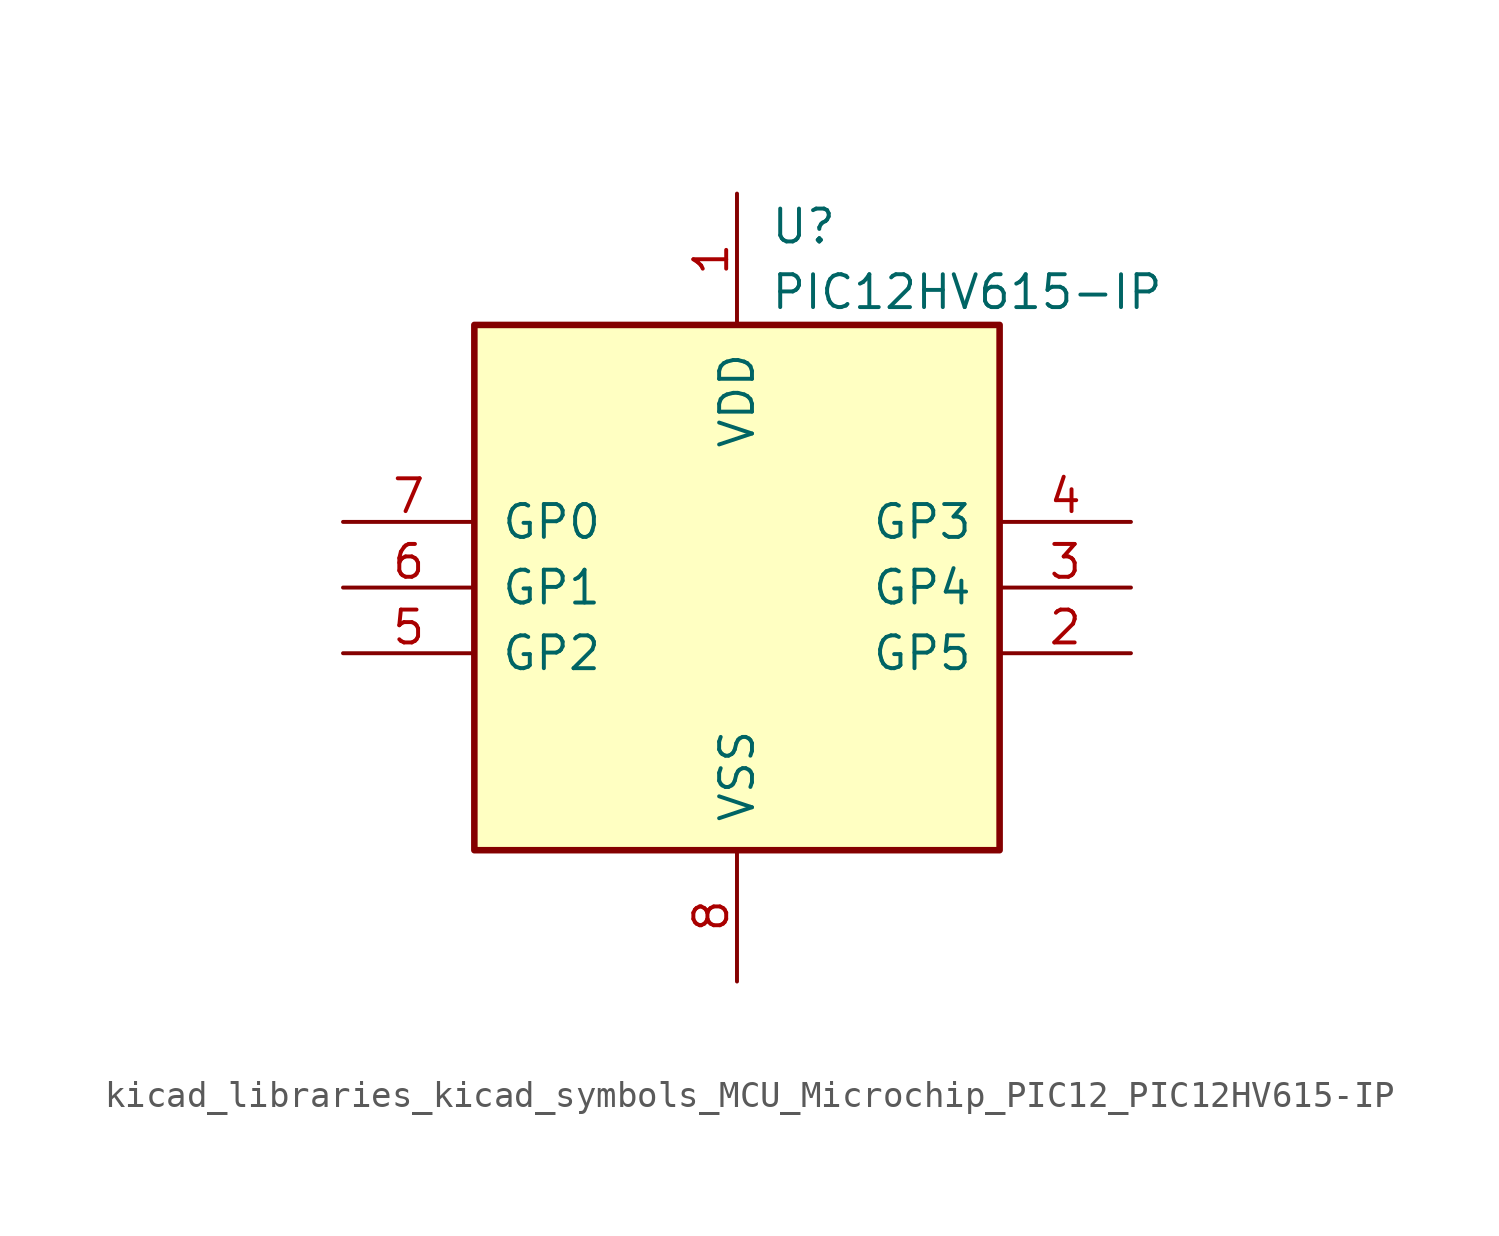
<source format=kicad_sym>
(kicad_symbol_lib
  (version 20220914)
  (generator kicad_symbol_editor)
  (symbol "kicad_libraries_kicad_symbols_MCU_Microchip_PIC12_PIC12HV615-IP"
    (pin_names
      (offset 1.016))
    (property "Reference" "U"
      (at 1.27 13.97 0)
      (effects (font (size 1.27 1.27)) (justify left)))
    (property "Value" "PIC12HV615-IP"
      (at 1.27 11.43 0)
      (effects (font (size 1.27 1.27)) (justify left)))
    (symbol "kicad_libraries_kicad_symbols_MCU_Microchip_PIC12_PIC12HV615-IP_0_1"
      (rectangle (start 10.16 -10.16) (end -10.16 10.16) (stroke (width 0.254) (type default)) (fill (type background))))
    (symbol "kicad_libraries_kicad_symbols_MCU_Microchip_PIC12_PIC12HV615-IP_1_1"
      (pin power_in line (at 0 15.24 270) (length 5.08) (name "VDD" (effects (font (size 1.27 1.27)))) (number "1" (effects (font (size 1.27 1.27)))))
      (pin bidirectional line (at 15.24 -2.54 180) (length 5.08) (name "GP5" (effects (font (size 1.27 1.27)))) (number "2" (effects (font (size 1.27 1.27)))))
      (pin bidirectional line (at 15.24 0 180) (length 5.08) (name "GP4" (effects (font (size 1.27 1.27)))) (number "3" (effects (font (size 1.27 1.27)))))
      (pin input line (at 15.24 2.54 180) (length 5.08) (name "GP3" (effects (font (size 1.27 1.27)))) (number "4" (effects (font (size 1.27 1.27)))))
      (pin bidirectional line (at -15.24 -2.54 0) (length 5.08) (name "GP2" (effects (font (size 1.27 1.27)))) (number "5" (effects (font (size 1.27 1.27)))))
      (pin bidirectional line (at -15.24 0 0) (length 5.08) (name "GP1" (effects (font (size 1.27 1.27)))) (number "6" (effects (font (size 1.27 1.27)))))
      (pin bidirectional line (at -15.24 2.54 0) (length 5.08) (name "GP0" (effects (font (size 1.27 1.27)))) (number "7" (effects (font (size 1.27 1.27)))))
      (pin power_in line (at 0 -15.24 90) (length 5.08) (name "VSS" (effects (font (size 1.27 1.27)))) (number "8" (effects (font (size 1.27 1.27))))))))
</source>
